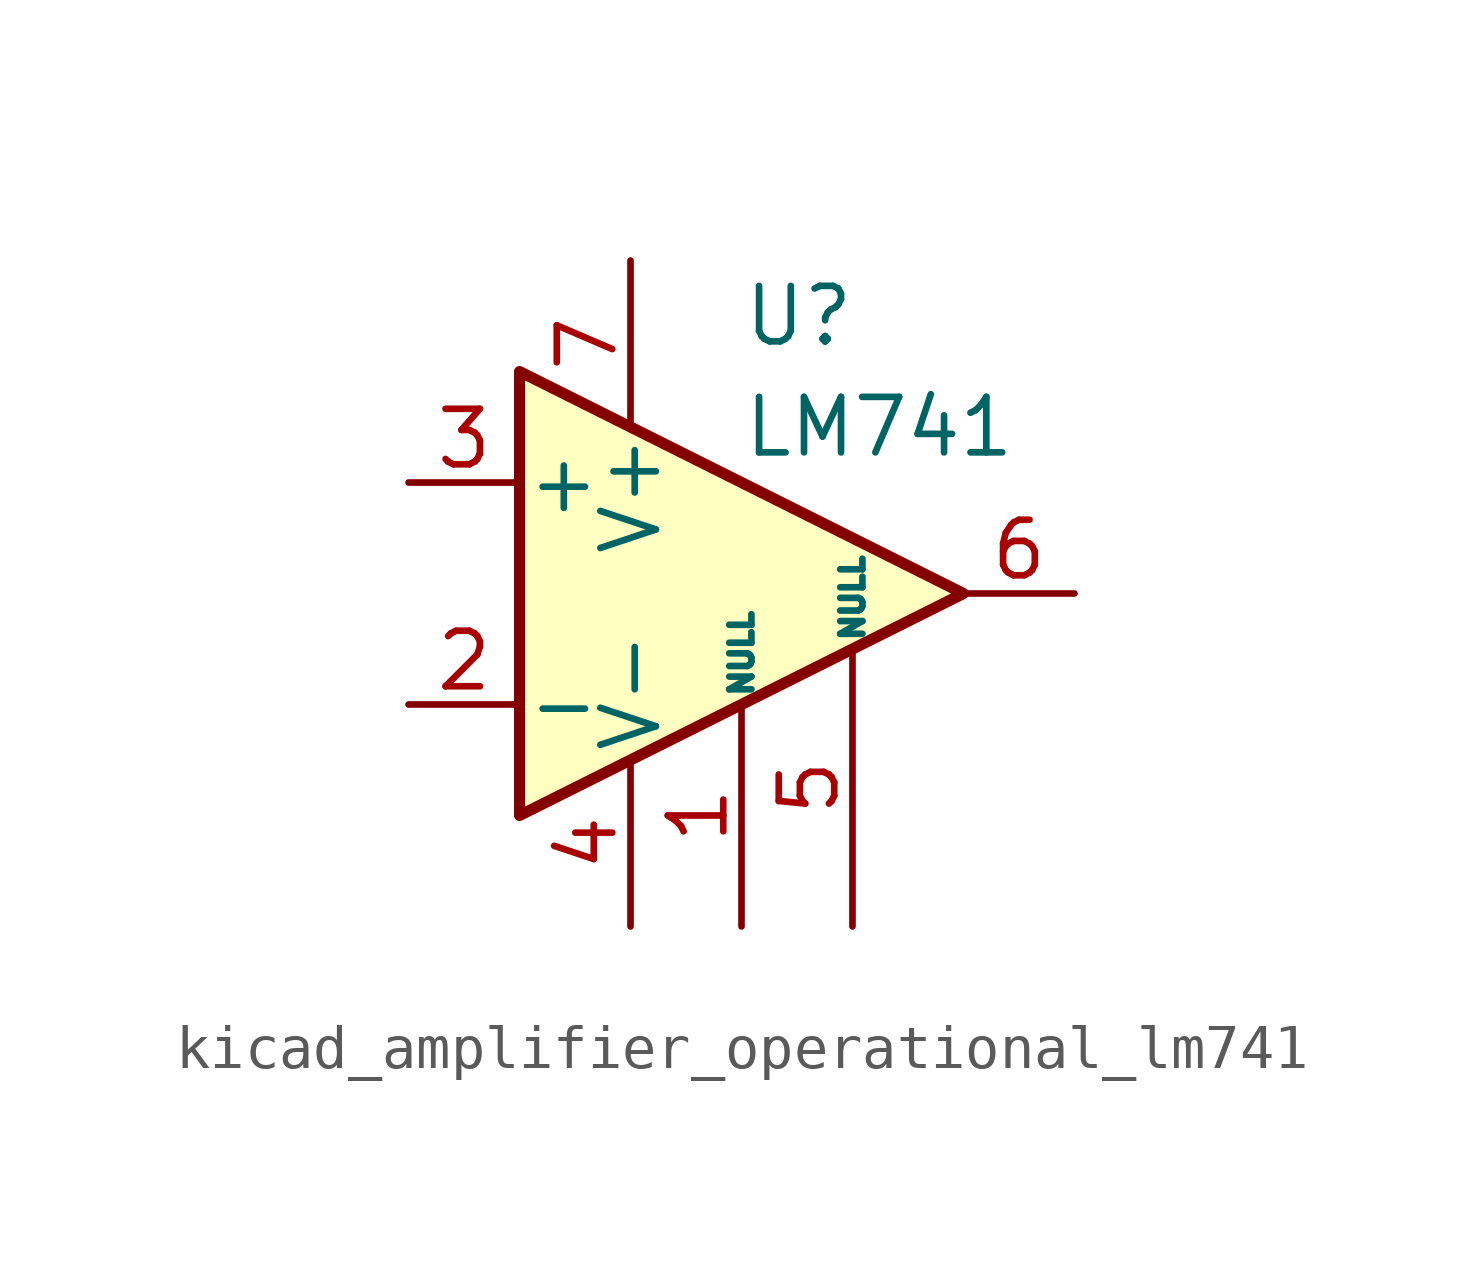
<source format=kicad_sym>
(kicad_symbol_lib
  (version 20220914)
  (generator kicad_symbol_editor)
  (symbol "kicad_amplifier_operational_lm741"
    (pin_names
      (offset 0.127))
    (property "Reference" "U"
      (at 0 6.35 0)
      (effects (font (size 1.27 1.27)) (justify left)))
    (property "Value" "LM741"
      (at 0 3.81 0)
      (effects (font (size 1.27 1.27)) (justify left)))
    (symbol "kicad_amplifier_operational_lm741_0_1"
      (polyline (pts (xy -5.08 5.08) (xy 5.08 0) (xy -5.08 -5.08) (xy -5.08 5.08)) (stroke (width 0.254) (type default)) (fill (type background))))
    (symbol "kicad_amplifier_operational_lm741_1_1"
      (pin input line (at 0 -7.62 90) (length 5.08) (name "NULL" (effects (font (size 0.508 0.508)))) (number "1" (effects (font (size 1.27 1.27)))))
      (pin input line (at -7.62 -2.54 0) (length 2.54) (name "-" (effects (font (size 1.27 1.27)))) (number "2" (effects (font (size 1.27 1.27)))))
      (pin input line (at -7.62 2.54 0) (length 2.54) (name "+" (effects (font (size 1.27 1.27)))) (number "3" (effects (font (size 1.27 1.27)))))
      (pin power_in line (at -2.54 -7.62 90) (length 3.81) (name "V-" (effects (font (size 1.27 1.27)))) (number "4" (effects (font (size 1.27 1.27)))))
      (pin input line (at 2.54 -7.62 90) (length 6.35) (name "NULL" (effects (font (size 0.508 0.508)))) (number "5" (effects (font (size 1.27 1.27)))))
      (pin output line (at 7.62 0 180) (length 2.54) (name "~" (effects (font (size 1.27 1.27)))) (number "6" (effects (font (size 1.27 1.27)))))
      (pin power_in line (at -2.54 7.62 270) (length 3.81) (name "V+" (effects (font (size 1.27 1.27)))) (number "7" (effects (font (size 1.27 1.27)))))
      (pin no_connect line (at 0 2.54 270) (length 2.54) hide (name "NC" (effects (font (size 1.27 1.27)))) (number "8" (effects (font (size 1.27 1.27))))))))
</source>
